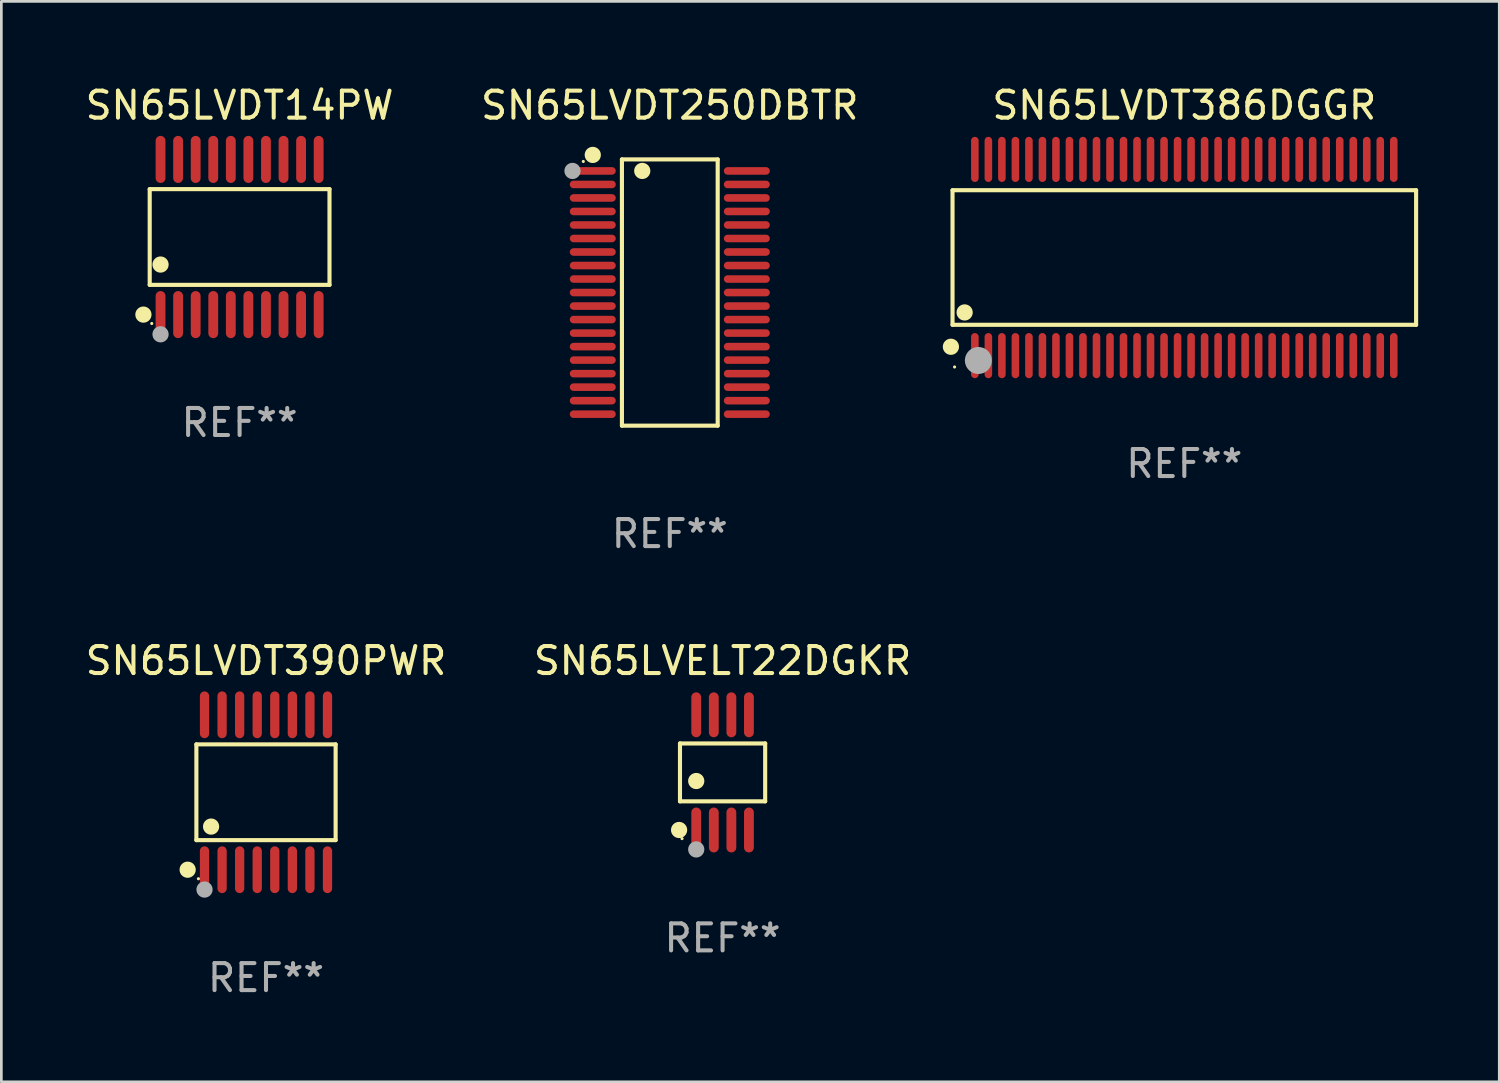
<source format=kicad_pcb>
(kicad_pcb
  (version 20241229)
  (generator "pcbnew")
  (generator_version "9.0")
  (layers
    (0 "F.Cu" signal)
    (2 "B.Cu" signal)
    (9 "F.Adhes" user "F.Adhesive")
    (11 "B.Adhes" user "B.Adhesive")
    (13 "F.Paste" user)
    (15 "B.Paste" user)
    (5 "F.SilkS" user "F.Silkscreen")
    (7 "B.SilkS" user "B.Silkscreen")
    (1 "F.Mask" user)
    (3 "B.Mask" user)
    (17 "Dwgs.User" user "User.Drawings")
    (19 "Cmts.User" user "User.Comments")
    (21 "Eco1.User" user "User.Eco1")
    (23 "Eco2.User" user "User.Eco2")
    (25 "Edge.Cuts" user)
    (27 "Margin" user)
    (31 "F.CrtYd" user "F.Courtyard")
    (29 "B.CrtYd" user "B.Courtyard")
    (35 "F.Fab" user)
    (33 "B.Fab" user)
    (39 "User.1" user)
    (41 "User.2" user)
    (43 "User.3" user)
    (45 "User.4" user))
  (footprint "SN65LVDT386DGGR"
    (layer "F.Cu")
    (at 40.769 6.478)
    (property "Reference" "SN65LVDT386DGGR" (at 0 -5.63 0) (layer "F.SilkS") (effects (font (size 1 1) (thickness 0.15))))
    (attr through_hole)
    (fp_line (start -8.576 -2.49) (end 8.576 -2.49) (stroke (width 0.152) (type solid)) (layer "F.SilkS"))
    (fp_line (start -8.576 2.49) (end -8.576 -2.49) (stroke (width 0.152) (type solid)) (layer "F.SilkS"))
    (fp_line (start 8.576 -2.49) (end 8.576 2.49) (stroke (width 0.152) (type solid)) (layer "F.SilkS"))
    (fp_line (start 8.576 2.49) (end -8.576 2.49) (stroke (width 0.152) (type solid)) (layer "F.SilkS"))
    (fp_circle (center -8.636 3.302) (end -8.486 3.302) (stroke (width 0.3) (type solid)) (fill no) (layer "F.SilkS"))
    (fp_circle (center -8.5 4.05) (end -8.47 4.05) (stroke (width 0.06) (type solid)) (fill no) (layer "F.SilkS"))
    (fp_circle (center -8.128 2.032) (end -7.978 2.032) (stroke (width 0.3) (type solid)) (fill no) (layer "F.SilkS"))
    (fp_circle (center -7.62 3.81) (end -7.37 3.81) (stroke (width 0.5) (type solid)) (fill no) (layer "F.Fab"))
    (fp_text user "REF**" (at 0 7.63 0) (layer "F.Fab") (effects (font (size 1 1) (thickness 0.15))))
    (pad "1" smd oval (at -7.75 3.63) (size 0.28 1.67) (layers "F.Cu" "F.Mask" "F.Paste"))
    (pad "2" smd oval (at -7.25 3.63) (size 0.28 1.67) (layers "F.Cu" "F.Mask" "F.Paste"))
    (pad "3" smd oval (at -6.75 3.63) (size 0.28 1.67) (layers "F.Cu" "F.Mask" "F.Paste"))
    (pad "4" smd oval (at -6.25 3.63) (size 0.28 1.67) (layers "F.Cu" "F.Mask" "F.Paste"))
    (pad "5" smd oval (at -5.75 3.63) (size 0.28 1.67) (layers "F.Cu" "F.Mask" "F.Paste"))
    (pad "6" smd oval (at -5.25 3.63) (size 0.28 1.67) (layers "F.Cu" "F.Mask" "F.Paste"))
    (pad "7" smd oval (at -4.75 3.63) (size 0.28 1.67) (layers "F.Cu" "F.Mask" "F.Paste"))
    (pad "8" smd oval (at -4.25 3.63) (size 0.28 1.67) (layers "F.Cu" "F.Mask" "F.Paste"))
    (pad "9" smd oval (at -3.75 3.63) (size 0.28 1.67) (layers "F.Cu" "F.Mask" "F.Paste"))
    (pad "10" smd oval (at -3.25 3.63) (size 0.28 1.67) (layers "F.Cu" "F.Mask" "F.Paste"))
    (pad "11" smd oval (at -2.75 3.63) (size 0.28 1.67) (layers "F.Cu" "F.Mask" "F.Paste"))
    (pad "12" smd oval (at -2.25 3.63) (size 0.28 1.67) (layers "F.Cu" "F.Mask" "F.Paste"))
    (pad "13" smd oval (at -1.75 3.63) (size 0.28 1.67) (layers "F.Cu" "F.Mask" "F.Paste"))
    (pad "14" smd oval (at -1.25 3.63) (size 0.28 1.67) (layers "F.Cu" "F.Mask" "F.Paste"))
    (pad "15" smd oval (at -0.75 3.63) (size 0.28 1.67) (layers "F.Cu" "F.Mask" "F.Paste"))
    (pad "16" smd oval (at -0.25 3.63) (size 0.28 1.67) (layers "F.Cu" "F.Mask" "F.Paste"))
    (pad "17" smd oval (at 0.25 3.63) (size 0.28 1.67) (layers "F.Cu" "F.Mask" "F.Paste"))
    (pad "18" smd oval (at 0.75 3.63) (size 0.28 1.67) (layers "F.Cu" "F.Mask" "F.Paste"))
    (pad "19" smd oval (at 1.25 3.63) (size 0.28 1.67) (layers "F.Cu" "F.Mask" "F.Paste"))
    (pad "20" smd oval (at 1.75 3.63) (size 0.28 1.67) (layers "F.Cu" "F.Mask" "F.Paste"))
    (pad "21" smd oval (at 2.25 3.63) (size 0.28 1.67) (layers "F.Cu" "F.Mask" "F.Paste"))
    (pad "22" smd oval (at 2.75 3.63) (size 0.28 1.67) (layers "F.Cu" "F.Mask" "F.Paste"))
    (pad "23" smd oval (at 3.25 3.63) (size 0.28 1.67) (layers "F.Cu" "F.Mask" "F.Paste"))
    (pad "24" smd oval (at 3.75 3.63) (size 0.28 1.67) (layers "F.Cu" "F.Mask" "F.Paste"))
    (pad "25" smd oval (at 4.25 3.63) (size 0.28 1.67) (layers "F.Cu" "F.Mask" "F.Paste"))
    (pad "26" smd oval (at 4.75 3.63) (size 0.28 1.67) (layers "F.Cu" "F.Mask" "F.Paste"))
    (pad "27" smd oval (at 5.25 3.63) (size 0.28 1.67) (layers "F.Cu" "F.Mask" "F.Paste"))
    (pad "28" smd oval (at 5.75 3.63) (size 0.28 1.67) (layers "F.Cu" "F.Mask" "F.Paste"))
    (pad "29" smd oval (at 6.25 3.63) (size 0.28 1.67) (layers "F.Cu" "F.Mask" "F.Paste"))
    (pad "30" smd oval (at 6.75 3.63) (size 0.28 1.67) (layers "F.Cu" "F.Mask" "F.Paste"))
    (pad "31" smd oval (at 7.25 3.63) (size 0.28 1.67) (layers "F.Cu" "F.Mask" "F.Paste"))
    (pad "32" smd oval (at 7.75 3.63) (size 0.28 1.67) (layers "F.Cu" "F.Mask" "F.Paste"))
    (pad "33" smd oval (at 7.75 -3.63) (size 0.28 1.67) (layers "F.Cu" "F.Mask" "F.Paste"))
    (pad "34" smd oval (at 7.25 -3.63) (size 0.28 1.67) (layers "F.Cu" "F.Mask" "F.Paste"))
    (pad "35" smd oval (at 6.75 -3.63) (size 0.28 1.67) (layers "F.Cu" "F.Mask" "F.Paste"))
    (pad "36" smd oval (at 6.25 -3.63) (size 0.28 1.67) (layers "F.Cu" "F.Mask" "F.Paste"))
    (pad "37" smd oval (at 5.75 -3.63) (size 0.28 1.67) (layers "F.Cu" "F.Mask" "F.Paste"))
    (pad "38" smd oval (at 5.25 -3.63) (size 0.28 1.67) (layers "F.Cu" "F.Mask" "F.Paste"))
    (pad "39" smd oval (at 4.75 -3.63) (size 0.28 1.67) (layers "F.Cu" "F.Mask" "F.Paste"))
    (pad "40" smd oval (at 4.25 -3.63) (size 0.28 1.67) (layers "F.Cu" "F.Mask" "F.Paste"))
    (pad "41" smd oval (at 3.75 -3.63) (size 0.28 1.67) (layers "F.Cu" "F.Mask" "F.Paste"))
    (pad "42" smd oval (at 3.25 -3.63) (size 0.28 1.67) (layers "F.Cu" "F.Mask" "F.Paste"))
    (pad "43" smd oval (at 2.75 -3.63) (size 0.28 1.67) (layers "F.Cu" "F.Mask" "F.Paste"))
    (pad "44" smd oval (at 2.25 -3.63) (size 0.28 1.67) (layers "F.Cu" "F.Mask" "F.Paste"))
    (pad "45" smd oval (at 1.75 -3.63) (size 0.28 1.67) (layers "F.Cu" "F.Mask" "F.Paste"))
    (pad "46" smd oval (at 1.25 -3.63) (size 0.28 1.67) (layers "F.Cu" "F.Mask" "F.Paste"))
    (pad "47" smd oval (at 0.75 -3.63) (size 0.28 1.67) (layers "F.Cu" "F.Mask" "F.Paste"))
    (pad "48" smd oval (at 0.25 -3.63) (size 0.28 1.67) (layers "F.Cu" "F.Mask" "F.Paste"))
    (pad "49" smd oval (at -0.25 -3.63) (size 0.28 1.67) (layers "F.Cu" "F.Mask" "F.Paste"))
    (pad "50" smd oval (at -0.75 -3.63) (size 0.28 1.67) (layers "F.Cu" "F.Mask" "F.Paste"))
    (pad "51" smd oval (at -1.25 -3.63) (size 0.28 1.67) (layers "F.Cu" "F.Mask" "F.Paste"))
    (pad "52" smd oval (at -1.75 -3.63) (size 0.28 1.67) (layers "F.Cu" "F.Mask" "F.Paste"))
    (pad "53" smd oval (at -2.25 -3.63) (size 0.28 1.67) (layers "F.Cu" "F.Mask" "F.Paste"))
    (pad "54" smd oval (at -2.75 -3.63) (size 0.28 1.67) (layers "F.Cu" "F.Mask" "F.Paste"))
    (pad "55" smd oval (at -3.25 -3.63) (size 0.28 1.67) (layers "F.Cu" "F.Mask" "F.Paste"))
    (pad "56" smd oval (at -3.75 -3.63) (size 0.28 1.67) (layers "F.Cu" "F.Mask" "F.Paste"))
    (pad "57" smd oval (at -4.25 -3.63) (size 0.28 1.67) (layers "F.Cu" "F.Mask" "F.Paste"))
    (pad "58" smd oval (at -4.75 -3.63) (size 0.28 1.67) (layers "F.Cu" "F.Mask" "F.Paste"))
    (pad "59" smd oval (at -5.25 -3.63) (size 0.28 1.67) (layers "F.Cu" "F.Mask" "F.Paste"))
    (pad "60" smd oval (at -5.75 -3.63) (size 0.28 1.67) (layers "F.Cu" "F.Mask" "F.Paste"))
    (pad "61" smd oval (at -6.25 -3.63) (size 0.28 1.67) (layers "F.Cu" "F.Mask" "F.Paste"))
    (pad "62" smd oval (at -6.75 -3.63) (size 0.28 1.67) (layers "F.Cu" "F.Mask" "F.Paste"))
    (pad "63" smd oval (at -7.25 -3.63) (size 0.28 1.67) (layers "F.Cu" "F.Mask" "F.Paste"))
    (pad "64" smd oval (at -7.75 -3.63) (size 0.28 1.67) (layers "F.Cu" "F.Mask" "F.Paste")))
  (footprint "SN65LVDT14PW"
    (layer "F.Cu")
    (at 5.815 5.719)
    (property "Reference" "SN65LVDT14PW" (at 0 -4.871 0) (layer "F.SilkS") (effects (font (size 1 1) (thickness 0.15))))
    (attr through_hole)
    (fp_line (start -3.326 -1.771) (end 3.326 -1.771) (stroke (width 0.152) (type solid)) (layer "F.SilkS"))
    (fp_line (start -3.326 1.771) (end -3.326 -1.771) (stroke (width 0.152) (type solid)) (layer "F.SilkS"))
    (fp_line (start 3.326 -1.771) (end 3.326 1.771) (stroke (width 0.152) (type solid)) (layer "F.SilkS"))
    (fp_line (start 3.326 1.771) (end -3.326 1.771) (stroke (width 0.152) (type solid)) (layer "F.SilkS"))
    (fp_circle (center -3.559 2.871) (end -3.409 2.871) (stroke (width 0.3) (type solid)) (fill no) (layer "F.SilkS"))
    (fp_circle (center -3.25 3.2) (end -3.22 3.2) (stroke (width 0.06) (type solid)) (fill no) (layer "F.SilkS"))
    (fp_circle (center -2.925 1.019) (end -2.775 1.019) (stroke (width 0.3) (type solid)) (fill no) (layer "F.SilkS"))
    (fp_circle (center -2.925 3.6) (end -2.775 3.6) (stroke (width 0.3) (type solid)) (fill no) (layer "F.Fab"))
    (fp_text user "REF**" (at 0 6.871 0) (layer "F.Fab") (effects (font (size 1 1) (thickness 0.15))))
    (pad "1" smd oval (at -2.925 2.871) (size 0.364 1.742) (layers "F.Cu" "F.Mask" "F.Paste"))
    (pad "2" smd oval (at -2.275 2.871) (size 0.364 1.742) (layers "F.Cu" "F.Mask" "F.Paste"))
    (pad "3" smd oval (at -1.625 2.871) (size 0.364 1.742) (layers "F.Cu" "F.Mask" "F.Paste"))
    (pad "4" smd oval (at -0.975 2.871) (size 0.364 1.742) (layers "F.Cu" "F.Mask" "F.Paste"))
    (pad "5" smd oval (at -0.325 2.871) (size 0.364 1.742) (layers "F.Cu" "F.Mask" "F.Paste"))
    (pad "6" smd oval (at 0.325 2.871) (size 0.364 1.742) (layers "F.Cu" "F.Mask" "F.Paste"))
    (pad "7" smd oval (at 0.975 2.871) (size 0.364 1.742) (layers "F.Cu" "F.Mask" "F.Paste"))
    (pad "8" smd oval (at 1.625 2.871) (size 0.364 1.742) (layers "F.Cu" "F.Mask" "F.Paste"))
    (pad "9" smd oval (at 2.275 2.871) (size 0.364 1.742) (layers "F.Cu" "F.Mask" "F.Paste"))
    (pad "10" smd oval (at 2.925 2.871) (size 0.364 1.742) (layers "F.Cu" "F.Mask" "F.Paste"))
    (pad "11" smd oval (at 2.925 -2.871) (size 0.364 1.742) (layers "F.Cu" "F.Mask" "F.Paste"))
    (pad "12" smd oval (at 2.275 -2.871) (size 0.364 1.742) (layers "F.Cu" "F.Mask" "F.Paste"))
    (pad "13" smd oval (at 1.625 -2.871) (size 0.364 1.742) (layers "F.Cu" "F.Mask" "F.Paste"))
    (pad "14" smd oval (at 0.975 -2.871) (size 0.364 1.742) (layers "F.Cu" "F.Mask" "F.Paste"))
    (pad "15" smd oval (at 0.325 -2.871) (size 0.364 1.742) (layers "F.Cu" "F.Mask" "F.Paste"))
    (pad "16" smd oval (at -0.325 -2.871) (size 0.364 1.742) (layers "F.Cu" "F.Mask" "F.Paste"))
    (pad "17" smd oval (at -0.975 -2.871) (size 0.364 1.742) (layers "F.Cu" "F.Mask" "F.Paste"))
    (pad "18" smd oval (at -1.625 -2.871) (size 0.364 1.742) (layers "F.Cu" "F.Mask" "F.Paste"))
    (pad "19" smd oval (at -2.275 -2.871) (size 0.364 1.742) (layers "F.Cu" "F.Mask" "F.Paste"))
    (pad "20" smd oval (at -2.925 -2.871) (size 0.364 1.742) (layers "F.Cu" "F.Mask" "F.Paste")))
  (footprint "SN65LVELT22DGKR"
    (layer "F.Cu")
    (at 23.685 25.528)
    (property "Reference" "SN65LVELT22DGKR" (at 0 -4.131 0) (layer "F.SilkS") (effects (font (size 1 1) (thickness 0.15))))
    (attr through_hole)
    (fp_line (start -1.576 -1.071) (end 1.576 -1.071) (stroke (width 0.152) (type solid)) (layer "F.SilkS"))
    (fp_line (start -1.576 1.071) (end -1.576 -1.071) (stroke (width 0.152) (type solid)) (layer "F.SilkS"))
    (fp_line (start 1.576 -1.071) (end 1.576 1.071) (stroke (width 0.152) (type solid)) (layer "F.SilkS"))
    (fp_line (start 1.576 1.071) (end -1.576 1.071) (stroke (width 0.152) (type solid)) (layer "F.SilkS"))
    (fp_circle (center -1.609 2.131) (end -1.459 2.131) (stroke (width 0.3) (type solid)) (fill no) (layer "F.SilkS"))
    (fp_circle (center -1.5 2.45) (end -1.47 2.45) (stroke (width 0.06) (type solid)) (fill no) (layer "F.SilkS"))
    (fp_circle (center -0.975 0.319) (end -0.825 0.319) (stroke (width 0.3) (type solid)) (fill no) (layer "F.SilkS"))
    (fp_circle (center -0.975 2.85) (end -0.825 2.85) (stroke (width 0.3) (type solid)) (fill no) (layer "F.Fab"))
    (fp_text user "REF**" (at 0 6.131 0) (layer "F.Fab") (effects (font (size 1 1) (thickness 0.15))))
    (pad "1" smd oval (at -0.975 2.131) (size 0.364 1.662) (layers "F.Cu" "F.Mask" "F.Paste"))
    (pad "2" smd oval (at -0.325 2.131) (size 0.364 1.662) (layers "F.Cu" "F.Mask" "F.Paste"))
    (pad "3" smd oval (at 0.325 2.131) (size 0.364 1.662) (layers "F.Cu" "F.Mask" "F.Paste"))
    (pad "4" smd oval (at 0.975 2.131) (size 0.364 1.662) (layers "F.Cu" "F.Mask" "F.Paste"))
    (pad "5" smd oval (at 0.975 -2.131) (size 0.364 1.662) (layers "F.Cu" "F.Mask" "F.Paste"))
    (pad "6" smd oval (at 0.325 -2.131) (size 0.364 1.662) (layers "F.Cu" "F.Mask" "F.Paste"))
    (pad "7" smd oval (at -0.325 -2.131) (size 0.364 1.662) (layers "F.Cu" "F.Mask" "F.Paste"))
    (pad "8" smd oval (at -0.975 -2.131) (size 0.364 1.662) (layers "F.Cu" "F.Mask" "F.Paste")))
  (footprint "SN65LVDT250DBTR"
    (layer "F.Cu")
    (at 21.732 7.774)
    (property "Reference" "SN65LVDT250DBTR" (at 0 -6.926 0) (layer "F.SilkS") (effects (font (size 1 1) (thickness 0.15))))
    (attr through_hole)
    (fp_line (start -1.771 -4.926) (end 1.772 -4.926) (stroke (width 0.152) (type solid)) (layer "F.SilkS"))
    (fp_line (start -1.771 4.926) (end -1.771 -4.926) (stroke (width 0.152) (type solid)) (layer "F.SilkS"))
    (fp_line (start 1.772 -4.926) (end 1.772 4.926) (stroke (width 0.152) (type solid)) (layer "F.SilkS"))
    (fp_line (start 1.772 4.926) (end -1.771 4.926) (stroke (width 0.152) (type solid)) (layer "F.SilkS"))
    (fp_circle (center -3.2 -4.85) (end -3.17 -4.85) (stroke (width 0.06) (type solid)) (fill no) (layer "F.SilkS"))
    (fp_circle (center -2.85 -5.092) (end -2.7 -5.092) (stroke (width 0.3) (type solid)) (fill no) (layer "F.SilkS"))
    (fp_circle (center -1.019 -4.5) (end -0.869 -4.5) (stroke (width 0.3) (type solid)) (fill no) (layer "F.SilkS"))
    (fp_circle (center -3.6 -4.5) (end -3.45 -4.5) (stroke (width 0.3) (type solid)) (fill no) (layer "F.Fab"))
    (fp_text user "REF**" (at 0 8.926 0) (layer "F.Fab") (effects (font (size 1 1) (thickness 0.15))))
    (pad "1" smd oval (at -2.85 -4.5 270) (size 0.28 1.7) (layers "F.Cu" "F.Mask" "F.Paste"))
    (pad "2" smd oval (at -2.85 -4 270) (size 0.28 1.7) (layers "F.Cu" "F.Mask" "F.Paste"))
    (pad "3" smd oval (at -2.85 -3.5 270) (size 0.28 1.7) (layers "F.Cu" "F.Mask" "F.Paste"))
    (pad "4" smd oval (at -2.85 -3 270) (size 0.28 1.7) (layers "F.Cu" "F.Mask" "F.Paste"))
    (pad "5" smd oval (at -2.85 -2.5 270) (size 0.28 1.7) (layers "F.Cu" "F.Mask" "F.Paste"))
    (pad "6" smd oval (at -2.85 -2 270) (size 0.28 1.7) (layers "F.Cu" "F.Mask" "F.Paste"))
    (pad "7" smd oval (at -2.85 -1.5 270) (size 0.28 1.7) (layers "F.Cu" "F.Mask" "F.Paste"))
    (pad "8" smd oval (at -2.85 -1 270) (size 0.28 1.7) (layers "F.Cu" "F.Mask" "F.Paste"))
    (pad "9" smd oval (at -2.85 -0.5 270) (size 0.28 1.7) (layers "F.Cu" "F.Mask" "F.Paste"))
    (pad "10" smd oval (at -2.85 0.000051 270) (size 0.28 1.7) (layers "F.Cu" "F.Mask" "F.Paste"))
    (pad "11" smd oval (at -2.85 0.5 270) (size 0.28 1.7) (layers "F.Cu" "F.Mask" "F.Paste"))
    (pad "12" smd oval (at -2.85 1 270) (size 0.28 1.7) (layers "F.Cu" "F.Mask" "F.Paste"))
    (pad "13" smd oval (at -2.85 1.5 270) (size 0.28 1.7) (layers "F.Cu" "F.Mask" "F.Paste"))
    (pad "14" smd oval (at -2.85 2 270) (size 0.28 1.7) (layers "F.Cu" "F.Mask" "F.Paste"))
    (pad "15" smd oval (at -2.85 2.5 270) (size 0.28 1.7) (layers "F.Cu" "F.Mask" "F.Paste"))
    (pad "16" smd oval (at -2.85 3 270) (size 0.28 1.7) (layers "F.Cu" "F.Mask" "F.Paste"))
    (pad "17" smd oval (at -2.85 3.5 270) (size 0.28 1.7) (layers "F.Cu" "F.Mask" "F.Paste"))
    (pad "18" smd oval (at -2.85 4 270) (size 0.28 1.7) (layers "F.Cu" "F.Mask" "F.Paste"))
    (pad "19" smd oval (at -2.85 4.5 270) (size 0.28 1.7) (layers "F.Cu" "F.Mask" "F.Paste"))
    (pad "20" smd oval (at 2.85 4.5 270) (size 0.28 1.7) (layers "F.Cu" "F.Mask" "F.Paste"))
    (pad "21" smd oval (at 2.85 4 270) (size 0.28 1.7) (layers "F.Cu" "F.Mask" "F.Paste"))
    (pad "22" smd oval (at 2.85 3.5 270) (size 0.28 1.7) (layers "F.Cu" "F.Mask" "F.Paste"))
    (pad "23" smd oval (at 2.85 3 270) (size 0.28 1.7) (layers "F.Cu" "F.Mask" "F.Paste"))
    (pad "24" smd oval (at 2.85 2.5 270) (size 0.28 1.7) (layers "F.Cu" "F.Mask" "F.Paste"))
    (pad "25" smd oval (at 2.85 2 270) (size 0.28 1.7) (layers "F.Cu" "F.Mask" "F.Paste"))
    (pad "26" smd oval (at 2.85 1.5 270) (size 0.28 1.7) (layers "F.Cu" "F.Mask" "F.Paste"))
    (pad "27" smd oval (at 2.85 1 270) (size 0.28 1.7) (layers "F.Cu" "F.Mask" "F.Paste"))
    (pad "28" smd oval (at 2.85 0.5 270) (size 0.28 1.7) (layers "F.Cu" "F.Mask" "F.Paste"))
    (pad "29" smd oval (at 2.85 0.000051 270) (size 0.28 1.7) (layers "F.Cu" "F.Mask" "F.Paste"))
    (pad "30" smd oval (at 2.85 -0.5 270) (size 0.28 1.7) (layers "F.Cu" "F.Mask" "F.Paste"))
    (pad "31" smd oval (at 2.85 -1 270) (size 0.28 1.7) (layers "F.Cu" "F.Mask" "F.Paste"))
    (pad "32" smd oval (at 2.85 -1.5 270) (size 0.28 1.7) (layers "F.Cu" "F.Mask" "F.Paste"))
    (pad "33" smd oval (at 2.85 -2 270) (size 0.28 1.7) (layers "F.Cu" "F.Mask" "F.Paste"))
    (pad "34" smd oval (at 2.85 -2.5 270) (size 0.28 1.7) (layers "F.Cu" "F.Mask" "F.Paste"))
    (pad "35" smd oval (at 2.85 -3 270) (size 0.28 1.7) (layers "F.Cu" "F.Mask" "F.Paste"))
    (pad "36" smd oval (at 2.85 -3.5 270) (size 0.28 1.7) (layers "F.Cu" "F.Mask" "F.Paste"))
    (pad "37" smd oval (at 2.85 -4 270) (size 0.28 1.7) (layers "F.Cu" "F.Mask" "F.Paste"))
    (pad "38" smd oval (at 2.85 -4.5 270) (size 0.28 1.7) (layers "F.Cu" "F.Mask" "F.Paste")))
  (footprint "SN65LVDT390PWR"
    (layer "F.Cu")
    (at 6.792 26.263)
    (property "Reference" "SN65LVDT390PWR" (at 0 -4.866 0) (layer "F.SilkS") (effects (font (size 1 1) (thickness 0.15))))
    (attr through_hole)
    (fp_line (start -2.576 -1.772) (end 2.576 -1.772) (stroke (width 0.152) (type solid)) (layer "F.SilkS"))
    (fp_line (start -2.576 1.771) (end -2.576 -1.772) (stroke (width 0.152) (type solid)) (layer "F.SilkS"))
    (fp_line (start 2.576 -1.772) (end 2.576 1.771) (stroke (width 0.152) (type solid)) (layer "F.SilkS"))
    (fp_line (start 2.576 1.771) (end -2.576 1.771) (stroke (width 0.152) (type solid)) (layer "F.SilkS"))
    (fp_circle (center -2.899 2.866) (end -2.749 2.866) (stroke (width 0.3) (type solid)) (fill no) (layer "F.SilkS"))
    (fp_circle (center -2.5 3.2) (end -2.47 3.2) (stroke (width 0.06) (type solid)) (fill no) (layer "F.SilkS"))
    (fp_circle (center -2.032 1.27) (end -1.882 1.27) (stroke (width 0.3) (type solid)) (fill no) (layer "F.SilkS"))
    (fp_circle (center -2.275 3.6) (end -2.125 3.6) (stroke (width 0.3) (type solid)) (fill no) (layer "F.Fab"))
    (fp_text user "REF**" (at 0 6.866 0) (layer "F.Fab") (effects (font (size 1 1) (thickness 0.15))))
    (pad "1" smd oval (at -2.275 2.866) (size 0.343 1.731) (layers "F.Cu" "F.Mask" "F.Paste"))
    (pad "2" smd oval (at -1.625 2.866) (size 0.343 1.731) (layers "F.Cu" "F.Mask" "F.Paste"))
    (pad "3" smd oval (at -0.975 2.866) (size 0.343 1.731) (layers "F.Cu" "F.Mask" "F.Paste"))
    (pad "4" smd oval (at -0.325 2.866) (size 0.343 1.731) (layers "F.Cu" "F.Mask" "F.Paste"))
    (pad "5" smd oval (at 0.325 2.866) (size 0.343 1.731) (layers "F.Cu" "F.Mask" "F.Paste"))
    (pad "6" smd oval (at 0.975 2.866) (size 0.343 1.731) (layers "F.Cu" "F.Mask" "F.Paste"))
    (pad "7" smd oval (at 1.625 2.866) (size 0.343 1.731) (layers "F.Cu" "F.Mask" "F.Paste"))
    (pad "8" smd oval (at 2.275 2.866) (size 0.343 1.731) (layers "F.Cu" "F.Mask" "F.Paste"))
    (pad "9" smd oval (at 2.275 -2.866) (size 0.343 1.731) (layers "F.Cu" "F.Mask" "F.Paste"))
    (pad "10" smd oval (at 1.625 -2.866) (size 0.343 1.731) (layers "F.Cu" "F.Mask" "F.Paste"))
    (pad "11" smd oval (at 0.975 -2.866) (size 0.343 1.731) (layers "F.Cu" "F.Mask" "F.Paste"))
    (pad "12" smd oval (at 0.325 -2.866) (size 0.343 1.731) (layers "F.Cu" "F.Mask" "F.Paste"))
    (pad "13" smd oval (at -0.325 -2.866) (size 0.343 1.731) (layers "F.Cu" "F.Mask" "F.Paste"))
    (pad "14" smd oval (at -0.975 -2.866) (size 0.343 1.731) (layers "F.Cu" "F.Mask" "F.Paste"))
    (pad "15" smd oval (at -1.625 -2.866) (size 0.343 1.731) (layers "F.Cu" "F.Mask" "F.Paste"))
    (pad "16" smd oval (at -2.275 -2.866) (size 0.343 1.731) (layers "F.Cu" "F.Mask" "F.Paste")))
  (gr_rect
    (start -3 -3)
    (end 52.422 36.977)
    (stroke (width 0.1) (type default))
    (fill no)
    (layer "Edge.Cuts")))
</source>
